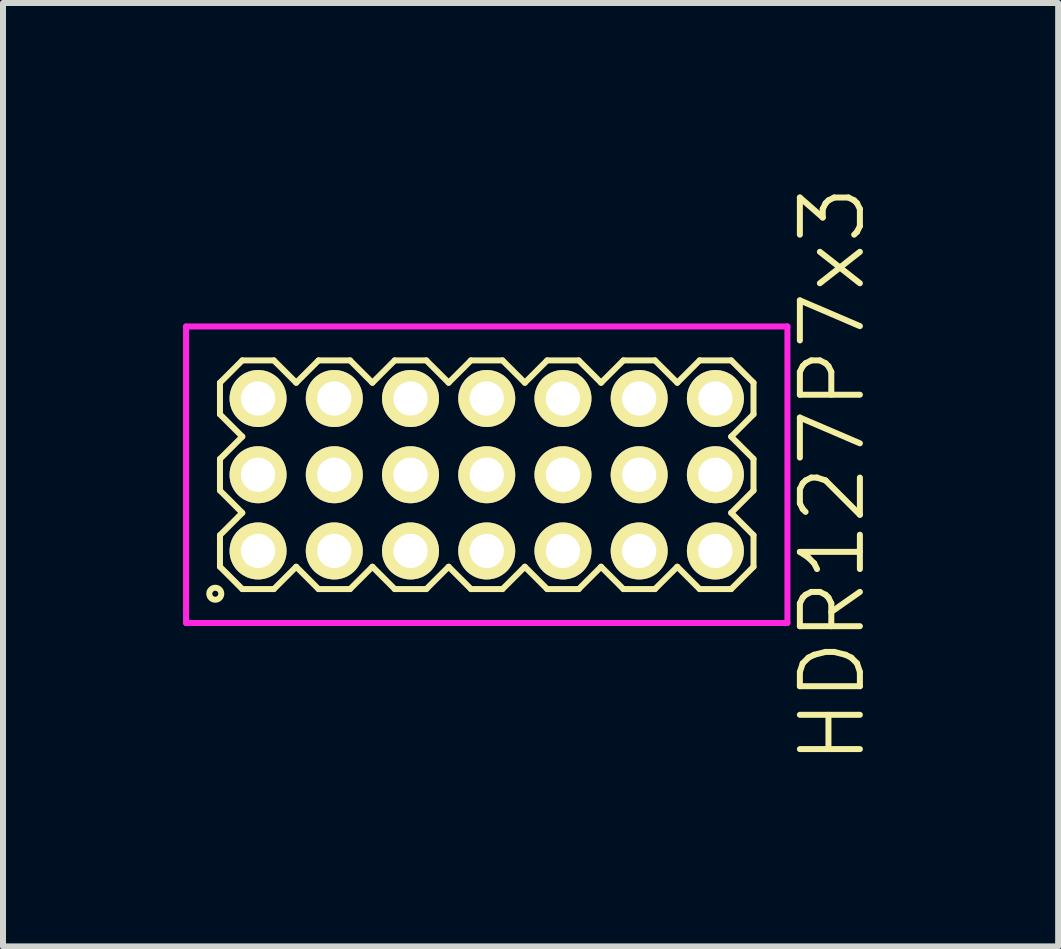
<source format=kicad_pcb>
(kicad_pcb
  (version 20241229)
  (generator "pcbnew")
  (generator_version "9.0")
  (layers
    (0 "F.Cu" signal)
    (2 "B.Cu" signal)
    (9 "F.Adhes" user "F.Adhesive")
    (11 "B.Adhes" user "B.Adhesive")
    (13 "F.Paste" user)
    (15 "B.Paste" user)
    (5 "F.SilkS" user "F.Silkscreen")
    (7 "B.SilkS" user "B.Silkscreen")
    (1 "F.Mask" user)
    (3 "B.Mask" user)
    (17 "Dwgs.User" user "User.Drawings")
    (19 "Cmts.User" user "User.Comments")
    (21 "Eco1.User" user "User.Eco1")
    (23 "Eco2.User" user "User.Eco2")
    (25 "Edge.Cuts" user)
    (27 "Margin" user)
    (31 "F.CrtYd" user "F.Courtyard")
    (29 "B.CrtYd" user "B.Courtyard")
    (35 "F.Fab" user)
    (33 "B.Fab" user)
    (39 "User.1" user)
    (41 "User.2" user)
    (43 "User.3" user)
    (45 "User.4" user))
  (footprint "HDR127P7x3"
    (layer "F.Cu")
    (at 5.06 4.86)
    (property "Reference" "HDR127P7x3" (at 5.76 0 90) (layer "F.SilkS") (effects (font (size 1 1) (thickness 0.1))))
    (attr through_hole)
    (fp_line (start -4.445 -1.533) (end -4.073 -1.905) (stroke (width 0.1) (type solid)) (layer "F.SilkS"))
    (fp_line (start -4.445 -1.007) (end -4.445 -1.533) (stroke (width 0.1) (type solid)) (layer "F.SilkS"))
    (fp_line (start -4.445 -0.263) (end -4.073 -0.635) (stroke (width 0.1) (type solid)) (layer "F.SilkS"))
    (fp_line (start -4.445 0.263) (end -4.445 -0.263) (stroke (width 0.1) (type solid)) (layer "F.SilkS"))
    (fp_line (start -4.445 1.007) (end -4.073 0.635) (stroke (width 0.1) (type solid)) (layer "F.SilkS"))
    (fp_line (start -4.445 1.533) (end -4.445 1.007) (stroke (width 0.1) (type solid)) (layer "F.SilkS"))
    (fp_line (start -4.073 -1.905) (end -3.547 -1.905) (stroke (width 0.1) (type solid)) (layer "F.SilkS"))
    (fp_line (start -4.073 -0.635) (end -4.445 -1.007) (stroke (width 0.1) (type solid)) (layer "F.SilkS"))
    (fp_line (start -4.073 0.635) (end -4.445 0.263) (stroke (width 0.1) (type solid)) (layer "F.SilkS"))
    (fp_line (start -4.073 1.905) (end -4.445 1.533) (stroke (width 0.1) (type solid)) (layer "F.SilkS"))
    (fp_line (start -3.547 -1.905) (end -3.175 -1.533) (stroke (width 0.1) (type solid)) (layer "F.SilkS"))
    (fp_line (start -3.547 1.905) (end -4.073 1.905) (stroke (width 0.1) (type solid)) (layer "F.SilkS"))
    (fp_line (start -3.175 -1.533) (end -2.803 -1.905) (stroke (width 0.1) (type solid)) (layer "F.SilkS"))
    (fp_line (start -3.175 1.533) (end -3.547 1.905) (stroke (width 0.1) (type solid)) (layer "F.SilkS"))
    (fp_line (start -2.803 -1.905) (end -2.277 -1.905) (stroke (width 0.1) (type solid)) (layer "F.SilkS"))
    (fp_line (start -2.803 1.905) (end -3.175 1.533) (stroke (width 0.1) (type solid)) (layer "F.SilkS"))
    (fp_line (start -2.277 -1.905) (end -1.905 -1.533) (stroke (width 0.1) (type solid)) (layer "F.SilkS"))
    (fp_line (start -2.277 1.905) (end -2.803 1.905) (stroke (width 0.1) (type solid)) (layer "F.SilkS"))
    (fp_line (start -1.905 -1.533) (end -1.533 -1.905) (stroke (width 0.1) (type solid)) (layer "F.SilkS"))
    (fp_line (start -1.905 1.533) (end -2.277 1.905) (stroke (width 0.1) (type solid)) (layer "F.SilkS"))
    (fp_line (start -1.533 -1.905) (end -1.007 -1.905) (stroke (width 0.1) (type solid)) (layer "F.SilkS"))
    (fp_line (start -1.533 1.905) (end -1.905 1.533) (stroke (width 0.1) (type solid)) (layer "F.SilkS"))
    (fp_line (start -1.007 -1.905) (end -0.635 -1.533) (stroke (width 0.1) (type solid)) (layer "F.SilkS"))
    (fp_line (start -1.007 1.905) (end -1.533 1.905) (stroke (width 0.1) (type solid)) (layer "F.SilkS"))
    (fp_line (start -0.635 -1.533) (end -0.263 -1.905) (stroke (width 0.1) (type solid)) (layer "F.SilkS"))
    (fp_line (start -0.635 1.533) (end -1.007 1.905) (stroke (width 0.1) (type solid)) (layer "F.SilkS"))
    (fp_line (start -0.263 -1.905) (end 0.263 -1.905) (stroke (width 0.1) (type solid)) (layer "F.SilkS"))
    (fp_line (start -0.263 1.905) (end -0.635 1.533) (stroke (width 0.1) (type solid)) (layer "F.SilkS"))
    (fp_line (start 0.263 -1.905) (end 0.635 -1.533) (stroke (width 0.1) (type solid)) (layer "F.SilkS"))
    (fp_line (start 0.263 1.905) (end -0.263 1.905) (stroke (width 0.1) (type solid)) (layer "F.SilkS"))
    (fp_line (start 0.635 -1.533) (end 1.007 -1.905) (stroke (width 0.1) (type solid)) (layer "F.SilkS"))
    (fp_line (start 0.635 1.533) (end 0.263 1.905) (stroke (width 0.1) (type solid)) (layer "F.SilkS"))
    (fp_line (start 1.007 -1.905) (end 1.533 -1.905) (stroke (width 0.1) (type solid)) (layer "F.SilkS"))
    (fp_line (start 1.007 1.905) (end 0.635 1.533) (stroke (width 0.1) (type solid)) (layer "F.SilkS"))
    (fp_line (start 1.533 -1.905) (end 1.905 -1.533) (stroke (width 0.1) (type solid)) (layer "F.SilkS"))
    (fp_line (start 1.533 1.905) (end 1.007 1.905) (stroke (width 0.1) (type solid)) (layer "F.SilkS"))
    (fp_line (start 1.905 -1.533) (end 2.277 -1.905) (stroke (width 0.1) (type solid)) (layer "F.SilkS"))
    (fp_line (start 1.905 1.533) (end 1.533 1.905) (stroke (width 0.1) (type solid)) (layer "F.SilkS"))
    (fp_line (start 2.277 -1.905) (end 2.803 -1.905) (stroke (width 0.1) (type solid)) (layer "F.SilkS"))
    (fp_line (start 2.277 1.905) (end 1.905 1.533) (stroke (width 0.1) (type solid)) (layer "F.SilkS"))
    (fp_line (start 2.803 -1.905) (end 3.175 -1.533) (stroke (width 0.1) (type solid)) (layer "F.SilkS"))
    (fp_line (start 2.803 1.905) (end 2.277 1.905) (stroke (width 0.1) (type solid)) (layer "F.SilkS"))
    (fp_line (start 3.175 -1.533) (end 3.547 -1.905) (stroke (width 0.1) (type solid)) (layer "F.SilkS"))
    (fp_line (start 3.175 1.533) (end 2.803 1.905) (stroke (width 0.1) (type solid)) (layer "F.SilkS"))
    (fp_line (start 3.547 -1.905) (end 4.073 -1.905) (stroke (width 0.1) (type solid)) (layer "F.SilkS"))
    (fp_line (start 3.547 1.905) (end 3.175 1.533) (stroke (width 0.1) (type solid)) (layer "F.SilkS"))
    (fp_line (start 4.073 -1.905) (end 4.445 -1.533) (stroke (width 0.1) (type solid)) (layer "F.SilkS"))
    (fp_line (start 4.073 -0.635) (end 4.445 -0.263) (stroke (width 0.1) (type solid)) (layer "F.SilkS"))
    (fp_line (start 4.073 0.635) (end 4.445 1.007) (stroke (width 0.1) (type solid)) (layer "F.SilkS"))
    (fp_line (start 4.073 1.905) (end 3.547 1.905) (stroke (width 0.1) (type solid)) (layer "F.SilkS"))
    (fp_line (start 4.445 -1.533) (end 4.445 -1.007) (stroke (width 0.1) (type solid)) (layer "F.SilkS"))
    (fp_line (start 4.445 -1.007) (end 4.073 -0.635) (stroke (width 0.1) (type solid)) (layer "F.SilkS"))
    (fp_line (start 4.445 -0.263) (end 4.445 0.263) (stroke (width 0.1) (type solid)) (layer "F.SilkS"))
    (fp_line (start 4.445 0.263) (end 4.073 0.635) (stroke (width 0.1) (type solid)) (layer "F.SilkS"))
    (fp_line (start 4.445 1.007) (end 4.445 1.533) (stroke (width 0.1) (type solid)) (layer "F.SilkS"))
    (fp_line (start 4.445 1.533) (end 4.073 1.905) (stroke (width 0.1) (type solid)) (layer "F.SilkS"))
    (fp_circle (center -4.523 1.983) (end -4.423 1.983) (stroke (width 0.1) (type solid)) (fill no) (layer "F.SilkS"))
    (fp_line (start -5.01 -2.47) (end -5.01 2.47) (stroke (width 0.1) (type solid)) (layer "F.CrtYd"))
    (fp_line (start -5.01 2.47) (end 5.01 2.47) (stroke (width 0.1) (type solid)) (layer "F.CrtYd"))
    (fp_line (start 5.01 -2.47) (end -5.01 -2.47) (stroke (width 0.1) (type solid)) (layer "F.CrtYd"))
    (fp_line (start 5.01 2.47) (end 5.01 -2.47) (stroke (width 0.1) (type solid)) (layer "F.CrtYd"))
    (pad "1" thru_hole oval (at -3.81 1.27) (size 0.95 0.95) (drill 0.57) (layers "*.Cu" "*.Mask" "F.SilkS"))
    (pad "2" thru_hole oval (at -3.81 0) (size 0.95 0.95) (drill 0.57) (layers "*.Cu" "*.Mask" "F.SilkS"))
    (pad "3" thru_hole oval (at -3.81 -1.27) (size 0.95 0.95) (drill 0.57) (layers "*.Cu" "*.Mask" "F.SilkS"))
    (pad "4" thru_hole oval (at -2.54 1.27) (size 0.95 0.95) (drill 0.57) (layers "*.Cu" "*.Mask" "F.SilkS"))
    (pad "5" thru_hole oval (at -2.54 0) (size 0.95 0.95) (drill 0.57) (layers "*.Cu" "*.Mask" "F.SilkS"))
    (pad "6" thru_hole oval (at -2.54 -1.27) (size 0.95 0.95) (drill 0.57) (layers "*.Cu" "*.Mask" "F.SilkS"))
    (pad "7" thru_hole oval (at -1.27 1.27) (size 0.95 0.95) (drill 0.57) (layers "*.Cu" "*.Mask" "F.SilkS"))
    (pad "8" thru_hole oval (at -1.27 0) (size 0.95 0.95) (drill 0.57) (layers "*.Cu" "*.Mask" "F.SilkS"))
    (pad "9" thru_hole oval (at -1.27 -1.27) (size 0.95 0.95) (drill 0.57) (layers "*.Cu" "*.Mask" "F.SilkS"))
    (pad "10" thru_hole oval (at 0 1.27) (size 0.95 0.95) (drill 0.57) (layers "*.Cu" "*.Mask" "F.SilkS"))
    (pad "11" thru_hole oval (at 0 0) (size 0.95 0.95) (drill 0.57) (layers "*.Cu" "*.Mask" "F.SilkS"))
    (pad "12" thru_hole oval (at 0 -1.27) (size 0.95 0.95) (drill 0.57) (layers "*.Cu" "*.Mask" "F.SilkS"))
    (pad "13" thru_hole oval (at 1.27 1.27) (size 0.95 0.95) (drill 0.57) (layers "*.Cu" "*.Mask" "F.SilkS"))
    (pad "14" thru_hole oval (at 1.27 0) (size 0.95 0.95) (drill 0.57) (layers "*.Cu" "*.Mask" "F.SilkS"))
    (pad "15" thru_hole oval (at 1.27 -1.27) (size 0.95 0.95) (drill 0.57) (layers "*.Cu" "*.Mask" "F.SilkS"))
    (pad "16" thru_hole oval (at 2.54 1.27) (size 0.95 0.95) (drill 0.57) (layers "*.Cu" "*.Mask" "F.SilkS"))
    (pad "17" thru_hole oval (at 2.54 0) (size 0.95 0.95) (drill 0.57) (layers "*.Cu" "*.Mask" "F.SilkS"))
    (pad "18" thru_hole oval (at 2.54 -1.27) (size 0.95 0.95) (drill 0.57) (layers "*.Cu" "*.Mask" "F.SilkS"))
    (pad "19" thru_hole oval (at 3.81 1.27) (size 0.95 0.95) (drill 0.57) (layers "*.Cu" "*.Mask" "F.SilkS"))
    (pad "20" thru_hole oval (at 3.81 0) (size 0.95 0.95) (drill 0.57) (layers "*.Cu" "*.Mask" "F.SilkS"))
    (pad "21" thru_hole oval (at 3.81 -1.27) (size 0.95 0.95) (drill 0.57) (layers "*.Cu" "*.Mask" "F.SilkS")))
  (gr_rect
    (start -3 -3)
    (end 14.581 12.719)
    (stroke (width 0.1) (type default))
    (fill no)
    (layer "Edge.Cuts")))
</source>
